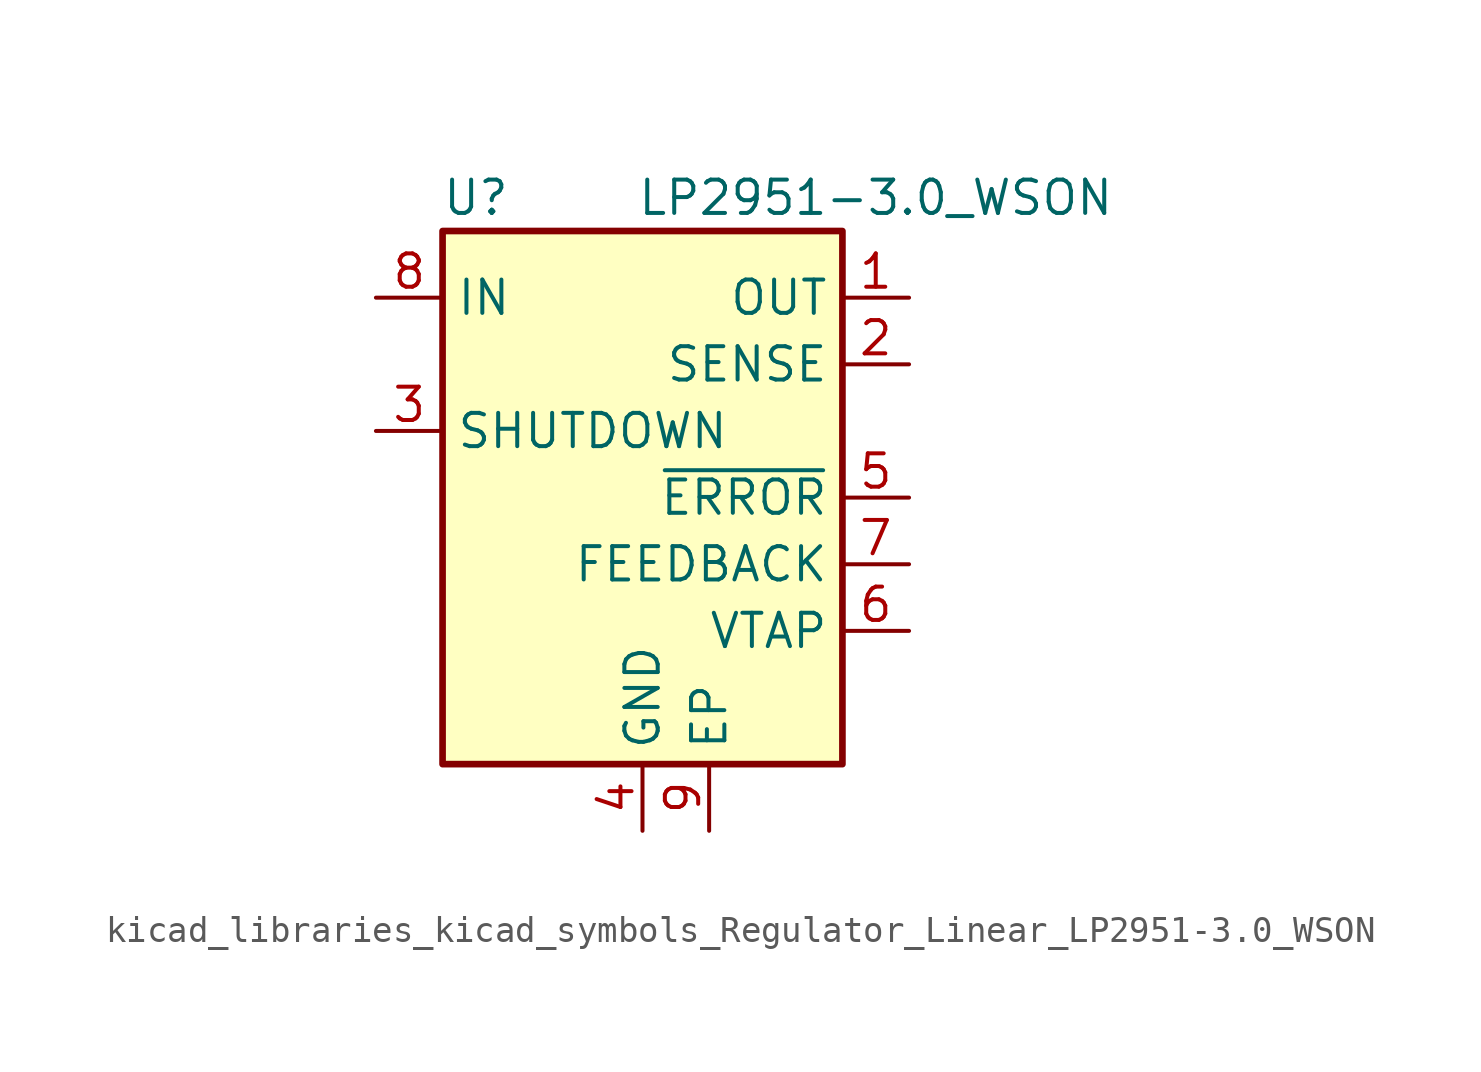
<source format=kicad_sym>
(kicad_symbol_lib
  (version 20220914)
  (generator kicad_symbol_editor)
  (symbol "kicad_libraries_kicad_symbols_Regulator_Linear_LP2951-3.0_WSON"
    (property "Reference" "U"
      (at -6.35 11.43 0)
      (effects (font (size 1.27 1.27))))
    (property "Value" "LP2951-3.0_WSON"
      (at 8.89 11.43 0)
      (effects (font (size 1.27 1.27))))
    (symbol "kicad_libraries_kicad_symbols_Regulator_Linear_LP2951-3.0_WSON_0_1"
      (rectangle (start -7.62 10.16) (end 7.62 -10.16) (stroke (width 0.254) (type default)) (fill (type background))))
    (symbol "kicad_libraries_kicad_symbols_Regulator_Linear_LP2951-3.0_WSON_1_1"
      (pin power_out line (at 10.16 7.62 180) (length 2.54) (name "OUT" (effects (font (size 1.27 1.27)))) (number "1" (effects (font (size 1.27 1.27)))))
      (pin passive line (at 10.16 5.08 180) (length 2.54) (name "SENSE" (effects (font (size 1.27 1.27)))) (number "2" (effects (font (size 1.27 1.27)))))
      (pin input line (at -10.16 2.54 0) (length 2.54) (name "SHUTDOWN" (effects (font (size 1.27 1.27)))) (number "3" (effects (font (size 1.27 1.27)))))
      (pin power_in line (at 0 -12.7 90) (length 2.54) (name "GND" (effects (font (size 1.27 1.27)))) (number "4" (effects (font (size 1.27 1.27)))))
      (pin open_collector line (at 10.16 0 180) (length 2.54) (name "~{ERROR}" (effects (font (size 1.27 1.27)))) (number "5" (effects (font (size 1.27 1.27)))))
      (pin input line (at 10.16 -5.08 180) (length 2.54) (name "VTAP" (effects (font (size 1.27 1.27)))) (number "6" (effects (font (size 1.27 1.27)))))
      (pin input line (at 10.16 -2.54 180) (length 2.54) (name "FEEDBACK" (effects (font (size 1.27 1.27)))) (number "7" (effects (font (size 1.27 1.27)))))
      (pin power_in line (at -10.16 7.62 0) (length 2.54) (name "IN" (effects (font (size 1.27 1.27)))) (number "8" (effects (font (size 1.27 1.27)))))
      (pin passive line (at 2.54 -12.7 90) (length 2.54) (name "EP" (effects (font (size 1.27 1.27)))) (number "9" (effects (font (size 1.27 1.27))))))))
</source>
